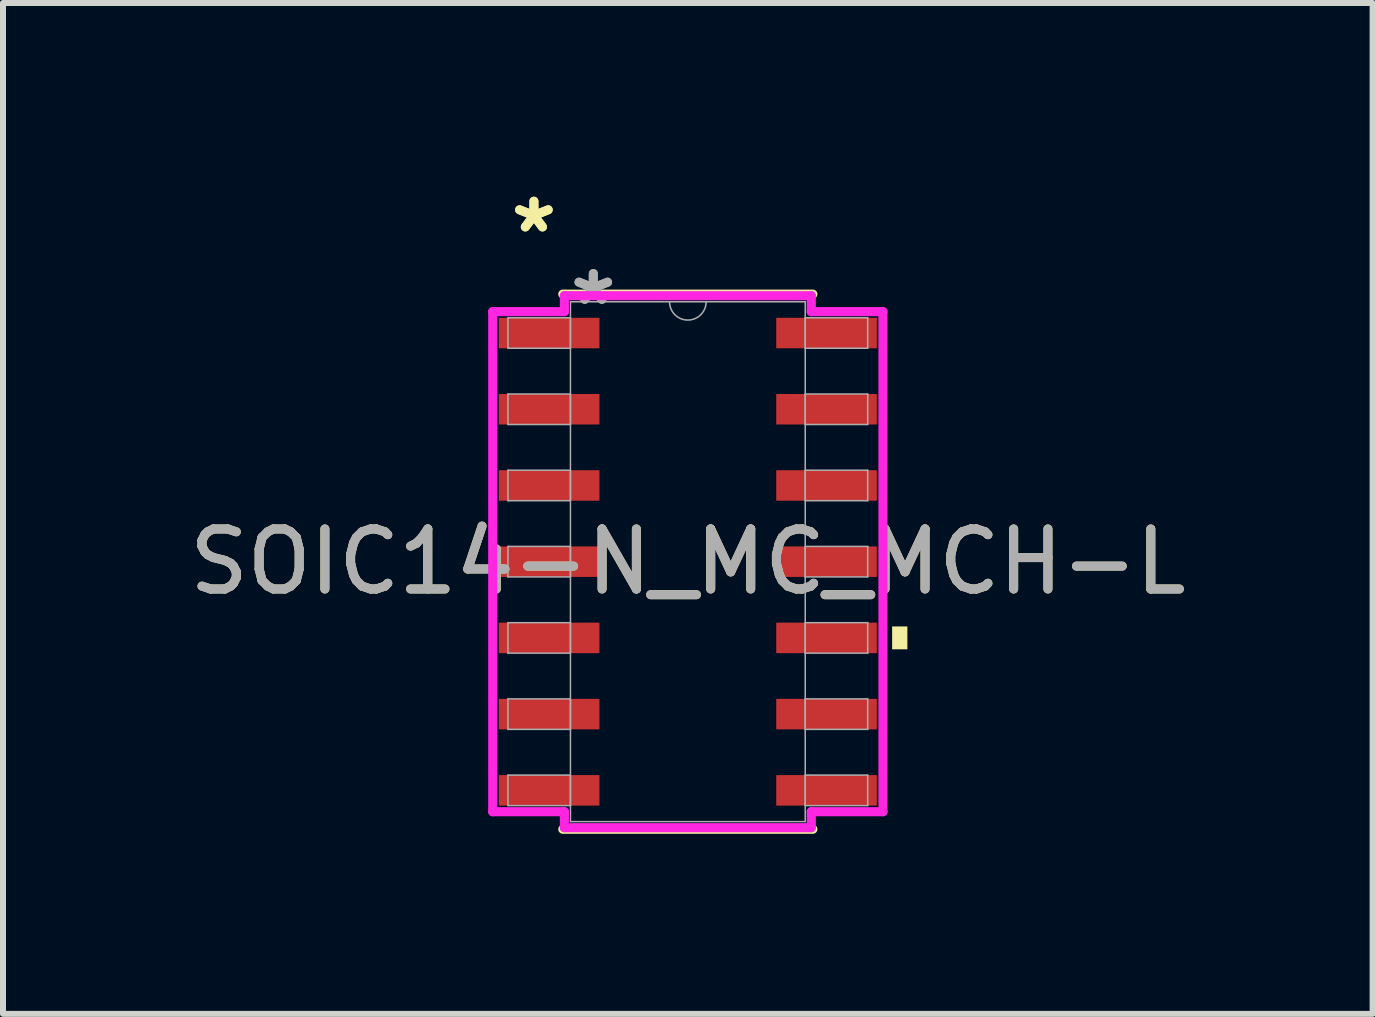
<source format=kicad_pcb>
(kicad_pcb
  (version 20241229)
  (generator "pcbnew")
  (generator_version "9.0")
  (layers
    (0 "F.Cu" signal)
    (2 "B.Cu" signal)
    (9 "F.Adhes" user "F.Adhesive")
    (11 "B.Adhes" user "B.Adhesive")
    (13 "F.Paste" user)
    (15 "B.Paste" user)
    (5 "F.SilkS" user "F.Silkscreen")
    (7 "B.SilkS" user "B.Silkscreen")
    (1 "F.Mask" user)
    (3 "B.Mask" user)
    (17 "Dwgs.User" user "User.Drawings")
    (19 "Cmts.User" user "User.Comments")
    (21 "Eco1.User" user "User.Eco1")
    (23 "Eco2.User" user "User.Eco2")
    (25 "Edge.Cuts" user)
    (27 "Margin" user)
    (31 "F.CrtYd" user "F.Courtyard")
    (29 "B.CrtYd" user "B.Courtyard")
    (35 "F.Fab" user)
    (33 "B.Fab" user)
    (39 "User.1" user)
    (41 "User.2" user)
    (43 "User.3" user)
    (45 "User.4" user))
  (footprint "SOIC14-N_MC_MCH-L"
    (layer "F.Cu")
    (at 8.411 6.309)
    (property "Reference" "SOIC14-N_MC_MCH-L" (at 0 0 0) (unlocked yes) (layer "F.SilkS") (effects (font (size 1 1) (thickness 0.15))))
    (attr smd)
    (fp_line (start -2.083 4.458) (end 2.083 4.458) (stroke (width 0.152) (type solid)) (layer "F.SilkS"))
    (fp_line (start 2.083 -4.458) (end -2.083 -4.458) (stroke (width 0.152) (type solid)) (layer "F.SilkS"))
    (fp_poly (pts (xy 3.658 1.079) (xy 3.658 1.46) (xy 3.404 1.46) (xy 3.404 1.079)) (stroke (width 0) (type solid)) (fill yes) (layer "F.SilkS"))
    (fp_line (start -3.251 -4.166) (end -2.057 -4.166) (stroke (width 0.152) (type solid)) (layer "F.CrtYd"))
    (fp_line (start -3.251 4.166) (end -3.251 -4.166) (stroke (width 0.152) (type solid)) (layer "F.CrtYd"))
    (fp_line (start -3.251 4.166) (end -2.057 4.166) (stroke (width 0.152) (type solid)) (layer "F.CrtYd"))
    (fp_line (start -2.057 -4.432) (end 2.057 -4.432) (stroke (width 0.152) (type solid)) (layer "F.CrtYd"))
    (fp_line (start -2.057 -4.166) (end -2.057 -4.432) (stroke (width 0.152) (type solid)) (layer "F.CrtYd"))
    (fp_line (start -2.057 4.432) (end -2.057 4.166) (stroke (width 0.152) (type solid)) (layer "F.CrtYd"))
    (fp_line (start 2.057 -4.432) (end 2.057 -4.166) (stroke (width 0.152) (type solid)) (layer "F.CrtYd"))
    (fp_line (start 2.057 4.166) (end 2.057 4.432) (stroke (width 0.152) (type solid)) (layer "F.CrtYd"))
    (fp_line (start 2.057 4.432) (end -2.057 4.432) (stroke (width 0.152) (type solid)) (layer "F.CrtYd"))
    (fp_line (start 3.251 -4.166) (end 2.057 -4.166) (stroke (width 0.152) (type solid)) (layer "F.CrtYd"))
    (fp_line (start 3.251 -4.166) (end 3.251 4.166) (stroke (width 0.152) (type solid)) (layer "F.CrtYd"))
    (fp_line (start 3.251 4.166) (end 2.057 4.166) (stroke (width 0.152) (type solid)) (layer "F.CrtYd"))
    (fp_line (start -2.997 -4.064) (end -2.997 -3.556) (stroke (width 0.025) (type solid)) (layer "F.Fab"))
    (fp_line (start -2.997 -3.556) (end -1.956 -3.556) (stroke (width 0.025) (type solid)) (layer "F.Fab"))
    (fp_line (start -2.997 -2.794) (end -2.997 -2.286) (stroke (width 0.025) (type solid)) (layer "F.Fab"))
    (fp_line (start -2.997 -2.286) (end -1.956 -2.286) (stroke (width 0.025) (type solid)) (layer "F.Fab"))
    (fp_line (start -2.997 -1.524) (end -2.997 -1.016) (stroke (width 0.025) (type solid)) (layer "F.Fab"))
    (fp_line (start -2.997 -1.016) (end -1.956 -1.016) (stroke (width 0.025) (type solid)) (layer "F.Fab"))
    (fp_line (start -2.997 -0.254) (end -2.997 0.254) (stroke (width 0.025) (type solid)) (layer "F.Fab"))
    (fp_line (start -2.997 0.254) (end -1.956 0.254) (stroke (width 0.025) (type solid)) (layer "F.Fab"))
    (fp_line (start -2.997 1.016) (end -2.997 1.524) (stroke (width 0.025) (type solid)) (layer "F.Fab"))
    (fp_line (start -2.997 1.524) (end -1.956 1.524) (stroke (width 0.025) (type solid)) (layer "F.Fab"))
    (fp_line (start -2.997 2.286) (end -2.997 2.794) (stroke (width 0.025) (type solid)) (layer "F.Fab"))
    (fp_line (start -2.997 2.794) (end -1.956 2.794) (stroke (width 0.025) (type solid)) (layer "F.Fab"))
    (fp_line (start -2.997 3.556) (end -2.997 4.064) (stroke (width 0.025) (type solid)) (layer "F.Fab"))
    (fp_line (start -2.997 4.064) (end -1.956 4.064) (stroke (width 0.025) (type solid)) (layer "F.Fab"))
    (fp_line (start -1.956 -4.331) (end -1.956 4.331) (stroke (width 0.025) (type solid)) (layer "F.Fab"))
    (fp_line (start -1.956 -4.064) (end -2.997 -4.064) (stroke (width 0.025) (type solid)) (layer "F.Fab"))
    (fp_line (start -1.956 -3.556) (end -1.956 -4.064) (stroke (width 0.025) (type solid)) (layer "F.Fab"))
    (fp_line (start -1.956 -2.794) (end -2.997 -2.794) (stroke (width 0.025) (type solid)) (layer "F.Fab"))
    (fp_line (start -1.956 -2.286) (end -1.956 -2.794) (stroke (width 0.025) (type solid)) (layer "F.Fab"))
    (fp_line (start -1.956 -1.524) (end -2.997 -1.524) (stroke (width 0.025) (type solid)) (layer "F.Fab"))
    (fp_line (start -1.956 -1.016) (end -1.956 -1.524) (stroke (width 0.025) (type solid)) (layer "F.Fab"))
    (fp_line (start -1.956 -0.254) (end -2.997 -0.254) (stroke (width 0.025) (type solid)) (layer "F.Fab"))
    (fp_line (start -1.956 0.254) (end -1.956 -0.254) (stroke (width 0.025) (type solid)) (layer "F.Fab"))
    (fp_line (start -1.956 1.016) (end -2.997 1.016) (stroke (width 0.025) (type solid)) (layer "F.Fab"))
    (fp_line (start -1.956 1.524) (end -1.956 1.016) (stroke (width 0.025) (type solid)) (layer "F.Fab"))
    (fp_line (start -1.956 2.286) (end -2.997 2.286) (stroke (width 0.025) (type solid)) (layer "F.Fab"))
    (fp_line (start -1.956 2.794) (end -1.956 2.286) (stroke (width 0.025) (type solid)) (layer "F.Fab"))
    (fp_line (start -1.956 3.556) (end -2.997 3.556) (stroke (width 0.025) (type solid)) (layer "F.Fab"))
    (fp_line (start -1.956 4.064) (end -1.956 3.556) (stroke (width 0.025) (type solid)) (layer "F.Fab"))
    (fp_line (start -1.956 4.331) (end 1.956 4.331) (stroke (width 0.025) (type solid)) (layer "F.Fab"))
    (fp_line (start 1.956 -4.331) (end -1.956 -4.331) (stroke (width 0.025) (type solid)) (layer "F.Fab"))
    (fp_line (start 1.956 -4.064) (end 1.956 -3.556) (stroke (width 0.025) (type solid)) (layer "F.Fab"))
    (fp_line (start 1.956 -3.556) (end 2.997 -3.556) (stroke (width 0.025) (type solid)) (layer "F.Fab"))
    (fp_line (start 1.956 -2.794) (end 1.956 -2.286) (stroke (width 0.025) (type solid)) (layer "F.Fab"))
    (fp_line (start 1.956 -2.286) (end 2.997 -2.286) (stroke (width 0.025) (type solid)) (layer "F.Fab"))
    (fp_line (start 1.956 -1.524) (end 1.956 -1.016) (stroke (width 0.025) (type solid)) (layer "F.Fab"))
    (fp_line (start 1.956 -1.016) (end 2.997 -1.016) (stroke (width 0.025) (type solid)) (layer "F.Fab"))
    (fp_line (start 1.956 -0.254) (end 1.956 0.254) (stroke (width 0.025) (type solid)) (layer "F.Fab"))
    (fp_line (start 1.956 0.254) (end 2.997 0.254) (stroke (width 0.025) (type solid)) (layer "F.Fab"))
    (fp_line (start 1.956 1.016) (end 1.956 1.524) (stroke (width 0.025) (type solid)) (layer "F.Fab"))
    (fp_line (start 1.956 1.524) (end 2.997 1.524) (stroke (width 0.025) (type solid)) (layer "F.Fab"))
    (fp_line (start 1.956 2.286) (end 1.956 2.794) (stroke (width 0.025) (type solid)) (layer "F.Fab"))
    (fp_line (start 1.956 2.794) (end 2.997 2.794) (stroke (width 0.025) (type solid)) (layer "F.Fab"))
    (fp_line (start 1.956 3.556) (end 1.956 4.064) (stroke (width 0.025) (type solid)) (layer "F.Fab"))
    (fp_line (start 1.956 4.064) (end 2.997 4.064) (stroke (width 0.025) (type solid)) (layer "F.Fab"))
    (fp_line (start 1.956 4.331) (end 1.956 -4.331) (stroke (width 0.025) (type solid)) (layer "F.Fab"))
    (fp_line (start 2.997 -4.064) (end 1.956 -4.064) (stroke (width 0.025) (type solid)) (layer "F.Fab"))
    (fp_line (start 2.997 -3.556) (end 2.997 -4.064) (stroke (width 0.025) (type solid)) (layer "F.Fab"))
    (fp_line (start 2.997 -2.794) (end 1.956 -2.794) (stroke (width 0.025) (type solid)) (layer "F.Fab"))
    (fp_line (start 2.997 -2.286) (end 2.997 -2.794) (stroke (width 0.025) (type solid)) (layer "F.Fab"))
    (fp_line (start 2.997 -1.524) (end 1.956 -1.524) (stroke (width 0.025) (type solid)) (layer "F.Fab"))
    (fp_line (start 2.997 -1.016) (end 2.997 -1.524) (stroke (width 0.025) (type solid)) (layer "F.Fab"))
    (fp_line (start 2.997 -0.254) (end 1.956 -0.254) (stroke (width 0.025) (type solid)) (layer "F.Fab"))
    (fp_line (start 2.997 0.254) (end 2.997 -0.254) (stroke (width 0.025) (type solid)) (layer "F.Fab"))
    (fp_line (start 2.997 1.016) (end 1.956 1.016) (stroke (width 0.025) (type solid)) (layer "F.Fab"))
    (fp_line (start 2.997 1.524) (end 2.997 1.016) (stroke (width 0.025) (type solid)) (layer "F.Fab"))
    (fp_line (start 2.997 2.286) (end 1.956 2.286) (stroke (width 0.025) (type solid)) (layer "F.Fab"))
    (fp_line (start 2.997 2.794) (end 2.997 2.286) (stroke (width 0.025) (type solid)) (layer "F.Fab"))
    (fp_line (start 2.997 3.556) (end 1.956 3.556) (stroke (width 0.025) (type solid)) (layer "F.Fab"))
    (fp_line (start 2.997 4.064) (end 2.997 3.556) (stroke (width 0.025) (type solid)) (layer "F.Fab"))
    (fp_arc (start 0.3048 -4.3307) (mid 0 -4.0259) (end -0.3048 -4.3307) (stroke (width 0.0254) (type solid)) (layer "F.Fab"))
    (fp_text user "*" (at -2.565 -5.461 0) (layer "F.SilkS") (effects (font (size 1 1) (thickness 0.15))))
    (fp_text user "*" (at -2.565 -5.461 0) (unlocked yes) (layer "F.SilkS") (effects (font (size 1 1) (thickness 0.15))))
    (fp_text user "${REFERENCE}" (at 0 0 0) (unlocked yes) (layer "F.Fab") (effects (font (size 1 1) (thickness 0.15))))
    (fp_text user "*" (at -1.575 -4.255 0) (layer "F.Fab") (effects (font (size 1 1) (thickness 0.15))))
    (fp_text user "*" (at -1.575 -4.255 0) (unlocked yes) (layer "F.Fab") (effects (font (size 1 1) (thickness 0.15))))
    (pad "1" smd rect (at -2.311 -3.81) (size 1.676 0.508) (layers "F.Cu" "F.Mask" "F.Paste"))
    (pad "2" smd rect (at -2.311 -2.54) (size 1.676 0.508) (layers "F.Cu" "F.Mask" "F.Paste"))
    (pad "3" smd rect (at -2.311 -1.27) (size 1.676 0.508) (layers "F.Cu" "F.Mask" "F.Paste"))
    (pad "4" smd rect (at -2.311 0) (size 1.676 0.508) (layers "F.Cu" "F.Mask" "F.Paste"))
    (pad "5" smd rect (at -2.311 1.27) (size 1.676 0.508) (layers "F.Cu" "F.Mask" "F.Paste"))
    (pad "6" smd rect (at -2.311 2.54) (size 1.676 0.508) (layers "F.Cu" "F.Mask" "F.Paste"))
    (pad "7" smd rect (at -2.311 3.81) (size 1.676 0.508) (layers "F.Cu" "F.Mask" "F.Paste"))
    (pad "8" smd rect (at 2.311 3.81) (size 1.676 0.508) (layers "F.Cu" "F.Mask" "F.Paste"))
    (pad "9" smd rect (at 2.311 2.54) (size 1.676 0.508) (layers "F.Cu" "F.Mask" "F.Paste"))
    (pad "10" smd rect (at 2.311 1.27) (size 1.676 0.508) (layers "F.Cu" "F.Mask" "F.Paste"))
    (pad "11" smd rect (at 2.311 0) (size 1.676 0.508) (layers "F.Cu" "F.Mask" "F.Paste"))
    (pad "12" smd rect (at 2.311 -1.27) (size 1.676 0.508) (layers "F.Cu" "F.Mask" "F.Paste"))
    (pad "13" smd rect (at 2.311 -2.54) (size 1.676 0.508) (layers "F.Cu" "F.Mask" "F.Paste"))
    (pad "14" smd rect (at 2.311 -3.81) (size 1.676 0.508) (layers "F.Cu" "F.Mask" "F.Paste")))
  (gr_rect
    (start -3 -3)
    (end 19.821 13.843)
    (stroke (width 0.1) (type default))
    (fill no)
    (layer "Edge.Cuts")))
</source>
